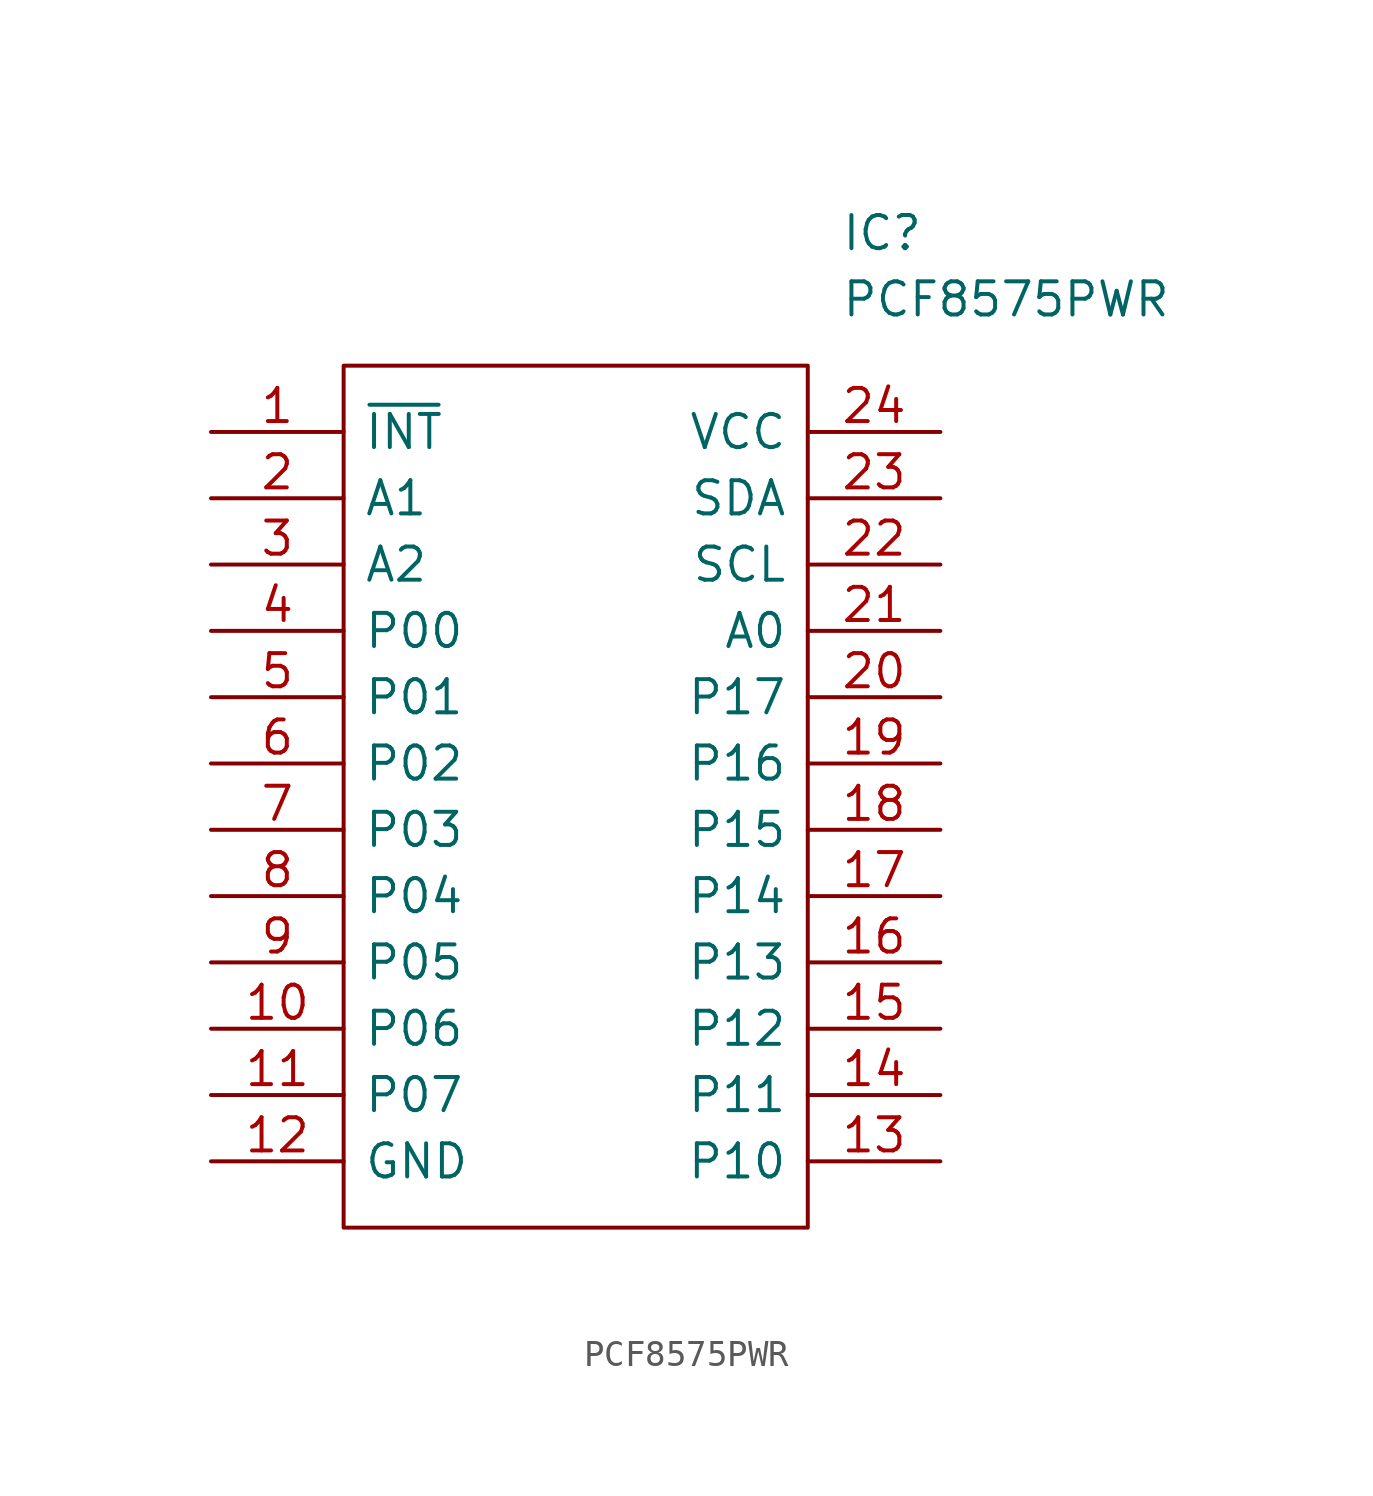
<source format=kicad_sym>
(kicad_symbol_lib
  (version 20211014)
  (generator kicad_symbol_editor)
  (symbol "PCF8575PWR"
    (pin_names
      (offset 0.762))
    (property "Reference" "IC"
      (at 24.13 7.62 0)
      (effects (font (size 1.27 1.27)) (justify left)))
    (property "Value" "PCF8575PWR"
      (at 24.13 5.08 0)
      (effects (font (size 1.27 1.27)) (justify left)))
    (symbol "PCF8575PWR_0_0"
      (pin passive line (at 0 0 0) (length 5.08) (name "~{INT}" (effects (font (size 1.27 1.27)))) (number "1" (effects (font (size 1.27 1.27)))))
      (pin passive line (at 0 -22.86 0) (length 5.08) (name "P06" (effects (font (size 1.27 1.27)))) (number "10" (effects (font (size 1.27 1.27)))))
      (pin passive line (at 0 -25.4 0) (length 5.08) (name "P07" (effects (font (size 1.27 1.27)))) (number "11" (effects (font (size 1.27 1.27)))))
      (pin passive line (at 0 -27.94 0) (length 5.08) (name "GND" (effects (font (size 1.27 1.27)))) (number "12" (effects (font (size 1.27 1.27)))))
      (pin passive line (at 27.94 -27.94 180) (length 5.08) (name "P10" (effects (font (size 1.27 1.27)))) (number "13" (effects (font (size 1.27 1.27)))))
      (pin passive line (at 27.94 -25.4 180) (length 5.08) (name "P11" (effects (font (size 1.27 1.27)))) (number "14" (effects (font (size 1.27 1.27)))))
      (pin passive line (at 27.94 -22.86 180) (length 5.08) (name "P12" (effects (font (size 1.27 1.27)))) (number "15" (effects (font (size 1.27 1.27)))))
      (pin passive line (at 27.94 -20.32 180) (length 5.08) (name "P13" (effects (font (size 1.27 1.27)))) (number "16" (effects (font (size 1.27 1.27)))))
      (pin passive line (at 27.94 -17.78 180) (length 5.08) (name "P14" (effects (font (size 1.27 1.27)))) (number "17" (effects (font (size 1.27 1.27)))))
      (pin passive line (at 27.94 -15.24 180) (length 5.08) (name "P15" (effects (font (size 1.27 1.27)))) (number "18" (effects (font (size 1.27 1.27)))))
      (pin passive line (at 27.94 -12.7 180) (length 5.08) (name "P16" (effects (font (size 1.27 1.27)))) (number "19" (effects (font (size 1.27 1.27)))))
      (pin passive line (at 0 -2.54 0) (length 5.08) (name "A1" (effects (font (size 1.27 1.27)))) (number "2" (effects (font (size 1.27 1.27)))))
      (pin passive line (at 27.94 -10.16 180) (length 5.08) (name "P17" (effects (font (size 1.27 1.27)))) (number "20" (effects (font (size 1.27 1.27)))))
      (pin passive line (at 27.94 -7.62 180) (length 5.08) (name "A0" (effects (font (size 1.27 1.27)))) (number "21" (effects (font (size 1.27 1.27)))))
      (pin passive line (at 27.94 -5.08 180) (length 5.08) (name "SCL" (effects (font (size 1.27 1.27)))) (number "22" (effects (font (size 1.27 1.27)))))
      (pin passive line (at 27.94 -2.54 180) (length 5.08) (name "SDA" (effects (font (size 1.27 1.27)))) (number "23" (effects (font (size 1.27 1.27)))))
      (pin passive line (at 27.94 0 180) (length 5.08) (name "VCC" (effects (font (size 1.27 1.27)))) (number "24" (effects (font (size 1.27 1.27)))))
      (pin passive line (at 0 -5.08 0) (length 5.08) (name "A2" (effects (font (size 1.27 1.27)))) (number "3" (effects (font (size 1.27 1.27)))))
      (pin passive line (at 0 -7.62 0) (length 5.08) (name "P00" (effects (font (size 1.27 1.27)))) (number "4" (effects (font (size 1.27 1.27)))))
      (pin passive line (at 0 -10.16 0) (length 5.08) (name "P01" (effects (font (size 1.27 1.27)))) (number "5" (effects (font (size 1.27 1.27)))))
      (pin passive line (at 0 -12.7 0) (length 5.08) (name "P02" (effects (font (size 1.27 1.27)))) (number "6" (effects (font (size 1.27 1.27)))))
      (pin passive line (at 0 -15.24 0) (length 5.08) (name "P03" (effects (font (size 1.27 1.27)))) (number "7" (effects (font (size 1.27 1.27)))))
      (pin passive line (at 0 -17.78 0) (length 5.08) (name "P04" (effects (font (size 1.27 1.27)))) (number "8" (effects (font (size 1.27 1.27)))))
      (pin passive line (at 0 -20.32 0) (length 5.08) (name "P05" (effects (font (size 1.27 1.27)))) (number "9" (effects (font (size 1.27 1.27))))))
    (symbol "PCF8575PWR_0_1"
      (polyline (pts (xy 5.08 2.54) (xy 22.86 2.54) (xy 22.86 -30.48) (xy 5.08 -30.48) (xy 5.08 2.54)) (stroke (width 0.152) (type default) (color 0 0 0 0)) (fill (type none))))))
</source>
